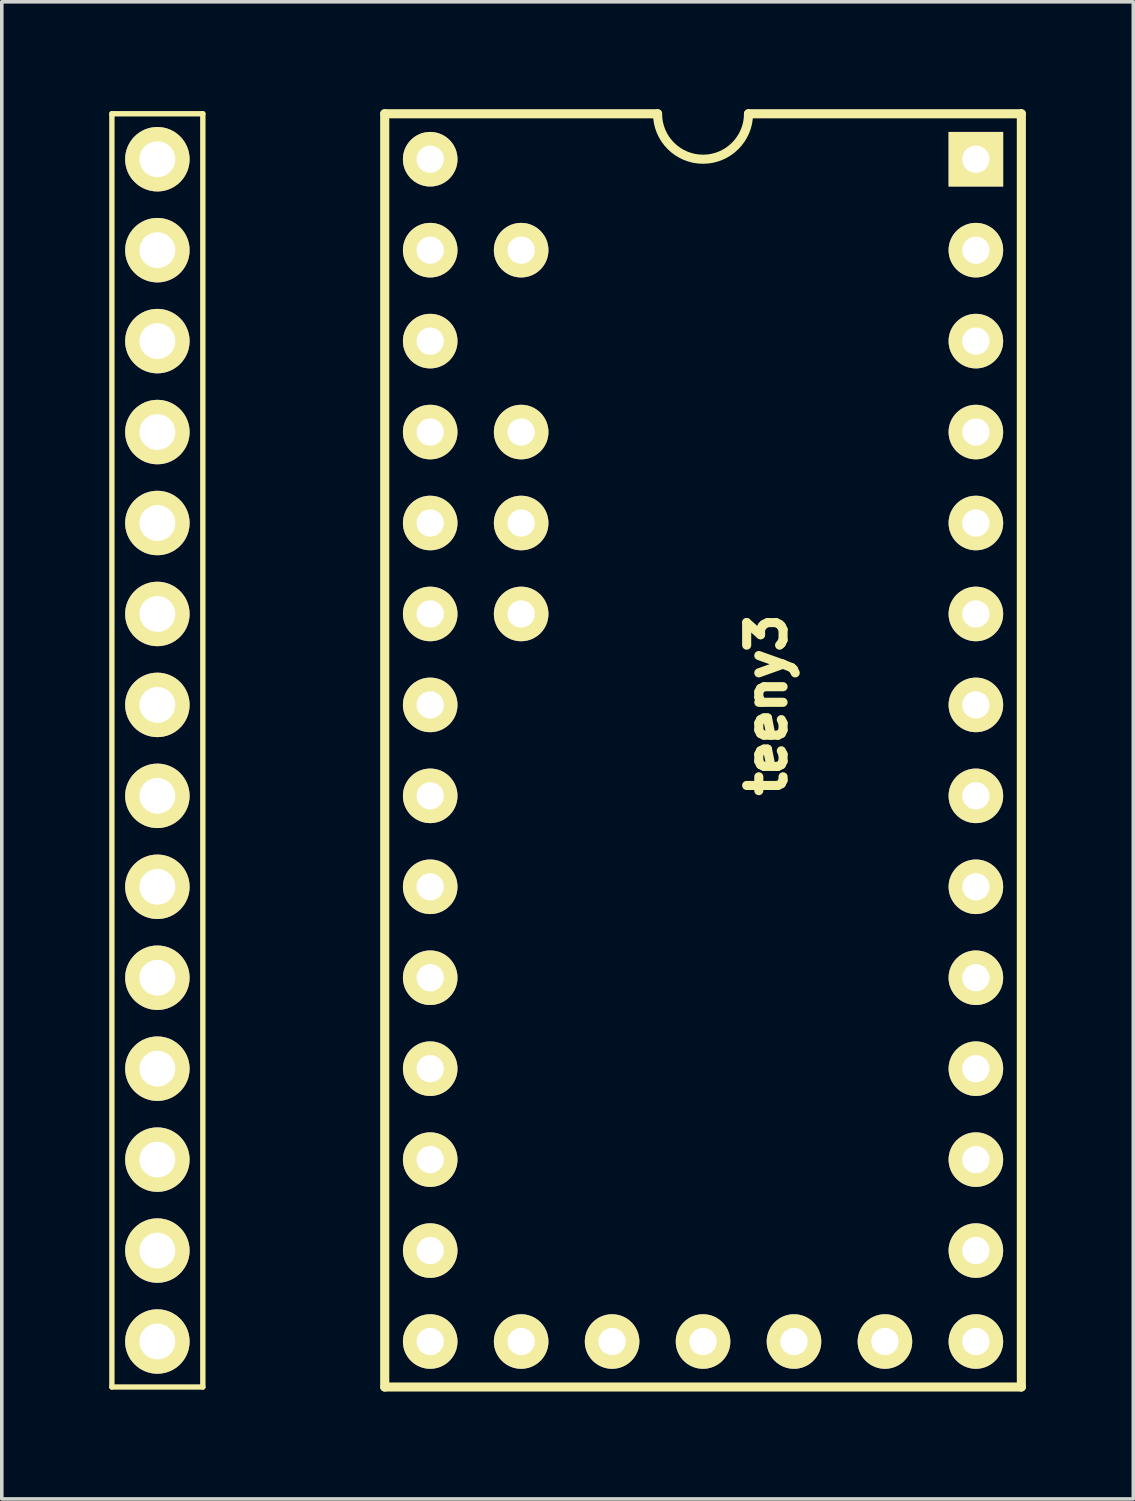
<source format=kicad_pcb>
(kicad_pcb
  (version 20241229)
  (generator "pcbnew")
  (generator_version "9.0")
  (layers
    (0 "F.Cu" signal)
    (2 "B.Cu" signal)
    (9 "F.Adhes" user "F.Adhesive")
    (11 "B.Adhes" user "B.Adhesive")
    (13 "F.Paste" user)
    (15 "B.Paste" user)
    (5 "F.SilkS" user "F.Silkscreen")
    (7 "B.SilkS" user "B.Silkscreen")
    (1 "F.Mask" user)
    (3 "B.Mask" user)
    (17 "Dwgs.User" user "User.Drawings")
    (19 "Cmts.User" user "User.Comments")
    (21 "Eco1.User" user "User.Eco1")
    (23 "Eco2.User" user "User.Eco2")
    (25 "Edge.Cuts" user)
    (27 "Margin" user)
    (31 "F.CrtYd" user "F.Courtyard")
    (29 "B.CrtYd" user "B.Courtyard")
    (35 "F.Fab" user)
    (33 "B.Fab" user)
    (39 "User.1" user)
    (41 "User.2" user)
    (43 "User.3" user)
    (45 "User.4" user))
  (footprint "teeny3"
    (layer "F.Cu")
    (at 10.235 15.367)
    (property "Reference" "teeny3" (at 8.128 1.27 90) (layer "F.SilkS") (effects (font (size 1.016 1.016) (thickness 0.254))))
    (attr through_hole)
    (fp_line (start -10.16 -15.24) (end -7.62 -15.24) (stroke (width 0.15) (type solid)) (layer "F.SilkS"))
    (fp_line (start -10.16 20.32) (end -10.16 -15.24) (stroke (width 0.15) (type solid)) (layer "F.SilkS"))
    (fp_line (start -7.62 -15.24) (end -7.62 20.32) (stroke (width 0.15) (type solid)) (layer "F.SilkS"))
    (fp_line (start -7.62 20.32) (end -10.16 20.32) (stroke (width 0.15) (type solid)) (layer "F.SilkS"))
    (fp_line (start -2.54 20.32) (end -2.54 -15.24) (stroke (width 0.254) (type solid)) (layer "F.SilkS"))
    (fp_line (start 5.08 -15.24) (end -2.54 -15.24) (stroke (width 0.254) (type solid)) (layer "F.SilkS"))
    (fp_line (start 15.24 -15.24) (end 7.62 -15.24) (stroke (width 0.254) (type solid)) (layer "F.SilkS"))
    (fp_line (start 15.24 -15.24) (end 15.24 20.32) (stroke (width 0.254) (type solid)) (layer "F.SilkS"))
    (fp_line (start 15.24 20.32) (end -2.54 20.32) (stroke (width 0.254) (type solid)) (layer "F.SilkS"))
    (fp_arc (start 7.62 -15.24) (mid 6.35 -13.97) (end 5.08 -15.24) (stroke (width 0.254) (type solid)) (layer "F.SilkS"))
    (pad "1" thru_hole rect (at 13.97 -13.97 180) (size 1.524 1.524) (drill 0.762) (layers "*.Cu" "*.Mask" "F.SilkS"))
    (pad "2" thru_hole circle (at 13.97 -11.43 180) (size 1.524 1.524) (drill 0.762) (layers "*.Cu" "*.Mask" "F.SilkS"))
    (pad "3" thru_hole circle (at 13.97 -8.89 180) (size 1.524 1.524) (drill 0.762) (layers "*.Cu" "*.Mask" "F.SilkS"))
    (pad "4" thru_hole circle (at 13.97 -6.35 180) (size 1.524 1.524) (drill 0.762) (layers "*.Cu" "*.Mask" "F.SilkS"))
    (pad "5" thru_hole circle (at 13.97 -3.81 180) (size 1.524 1.524) (drill 0.762) (layers "*.Cu" "*.Mask" "F.SilkS"))
    (pad "6" thru_hole circle (at 13.97 -1.27 180) (size 1.524 1.524) (drill 0.762) (layers "*.Cu" "*.Mask" "F.SilkS"))
    (pad "7" thru_hole circle (at 13.97 1.27 180) (size 1.524 1.524) (drill 0.762) (layers "*.Cu" "*.Mask" "F.SilkS"))
    (pad "8" thru_hole circle (at 13.97 3.81 180) (size 1.524 1.524) (drill 0.762) (layers "*.Cu" "*.Mask" "F.SilkS"))
    (pad "9" thru_hole circle (at 13.97 6.35 180) (size 1.524 1.524) (drill 0.762) (layers "*.Cu" "*.Mask" "F.SilkS"))
    (pad "10" thru_hole circle (at 13.97 8.89 180) (size 1.524 1.524) (drill 0.762) (layers "*.Cu" "*.Mask" "F.SilkS"))
    (pad "11" thru_hole circle (at 13.97 11.43 180) (size 1.524 1.524) (drill 0.762) (layers "*.Cu" "*.Mask" "F.SilkS"))
    (pad "12" thru_hole circle (at 13.97 13.97 180) (size 1.524 1.524) (drill 0.762) (layers "*.Cu" "*.Mask" "F.SilkS"))
    (pad "13" thru_hole circle (at 13.97 16.51 180) (size 1.524 1.524) (drill 0.762) (layers "*.Cu" "*.Mask" "F.SilkS"))
    (pad "14" thru_hole circle (at 13.97 19.05 180) (size 1.524 1.524) (drill 0.762) (layers "*.Cu" "*.Mask" "F.SilkS"))
    (pad "15" thru_hole circle (at 11.43 19.05 180) (size 1.524 1.524) (drill 0.762) (layers "*.Cu" "*.Mask" "F.SilkS"))
    (pad "16" thru_hole circle (at 8.89 19.05 180) (size 1.524 1.524) (drill 0.762) (layers "*.Cu" "F.Mask" "F.SilkS"))
    (pad "17" thru_hole circle (at 6.35 19.05 180) (size 1.524 1.524) (drill 0.762) (layers "*.Cu" "*.Mask" "F.SilkS"))
    (pad "18" thru_hole circle (at 3.81 19.05 180) (size 1.524 1.524) (drill 0.762) (layers "*.Cu" "*.Mask" "F.SilkS"))
    (pad "19" thru_hole circle (at 1.27 19.05 180) (size 1.524 1.524) (drill 0.762) (layers "*.Cu" "*.Mask" "F.SilkS"))
    (pad "20" thru_hole circle (at -1.27 19.05 180) (size 1.524 1.524) (drill 0.762) (layers "*.Cu" "*.Mask" "F.SilkS"))
    (pad "21" thru_hole circle (at -1.27 16.51 180) (size 1.524 1.524) (drill 0.762) (layers "*.Cu" "*.Mask" "F.SilkS"))
    (pad "22" thru_hole circle (at -1.27 13.97 180) (size 1.524 1.524) (drill 0.762) (layers "*.Cu" "*.Mask" "F.SilkS"))
    (pad "23" thru_hole circle (at -1.27 11.43 180) (size 1.524 1.524) (drill 0.762) (layers "*.Cu" "*.Mask" "F.SilkS"))
    (pad "24" thru_hole circle (at -1.27 8.89 180) (size 1.524 1.524) (drill 0.762) (layers "*.Cu" "*.Mask" "F.SilkS"))
    (pad "25" thru_hole circle (at -1.27 6.35 180) (size 1.524 1.524) (drill 0.762) (layers "*.Cu" "*.Mask" "F.SilkS"))
    (pad "26" thru_hole circle (at -1.27 3.81 180) (size 1.524 1.524) (drill 0.762) (layers "*.Cu" "*.Mask" "F.SilkS"))
    (pad "27" thru_hole circle (at -1.27 1.27 180) (size 1.524 1.524) (drill 0.762) (layers "*.Cu" "*.Mask" "F.SilkS"))
    (pad "28" thru_hole circle (at -1.27 -1.27 180) (size 1.524 1.524) (drill 0.762) (layers "*.Cu" "*.Mask" "F.SilkS"))
    (pad "29" thru_hole circle (at -1.27 -3.81 180) (size 1.524 1.524) (drill 0.762) (layers "*.Cu" "*.Mask" "F.SilkS"))
    (pad "30" thru_hole circle (at -1.27 -6.35 180) (size 1.524 1.524) (drill 0.762) (layers "*.Cu" "*.Mask" "F.SilkS"))
    (pad "31" thru_hole circle (at -1.27 -8.89 180) (size 1.524 1.524) (drill 0.762) (layers "*.Cu" "*.Mask" "F.SilkS"))
    (pad "32" thru_hole circle (at -1.27 -11.43 180) (size 1.524 1.524) (drill 0.762) (layers "*.Cu" "*.Mask" "F.SilkS"))
    (pad "33" thru_hole circle (at -1.27 -13.97 180) (size 1.524 1.524) (drill 0.762) (layers "*.Cu" "*.Mask" "F.SilkS"))
    (pad "34" thru_hole circle (at -8.89 -13.97) (size 1.8 1.8) (drill 1) (layers "*.Cu" "*.Mask" "F.SilkS"))
    (pad "35" thru_hole circle (at -8.89 -11.43) (size 1.8 1.8) (drill 1) (layers "*.Cu" "*.Mask" "F.SilkS"))
    (pad "36" thru_hole circle (at -8.89 -8.89) (size 1.8 1.8) (drill 1) (layers "*.Cu" "*.Mask" "F.SilkS"))
    (pad "37" thru_hole circle (at -8.89 -6.35) (size 1.8 1.8) (drill 1) (layers "*.Cu" "*.Mask" "F.SilkS"))
    (pad "38" thru_hole circle (at -8.89 -3.81) (size 1.8 1.8) (drill 1) (layers "*.Cu" "*.Mask" "F.SilkS"))
    (pad "39" thru_hole circle (at -8.89 -1.27) (size 1.8 1.8) (drill 1) (layers "*.Cu" "*.Mask" "F.SilkS"))
    (pad "40" thru_hole circle (at -8.89 1.27) (size 1.8 1.8) (drill 1) (layers "*.Cu" "*.Mask" "F.SilkS"))
    (pad "41" thru_hole circle (at -8.89 3.81) (size 1.8 1.8) (drill 1) (layers "*.Cu" "*.Mask" "F.SilkS"))
    (pad "42" thru_hole circle (at -8.89 6.35) (size 1.8 1.8) (drill 1) (layers "*.Cu" "*.Mask" "F.SilkS"))
    (pad "43" thru_hole circle (at -8.89 8.89) (size 1.8 1.8) (drill 1) (layers "*.Cu" "*.Mask" "F.SilkS"))
    (pad "44" thru_hole circle (at -8.89 11.43) (size 1.8 1.8) (drill 1) (layers "*.Cu" "*.Mask" "F.SilkS"))
    (pad "45" thru_hole circle (at -8.89 13.97) (size 1.8 1.8) (drill 1) (layers "*.Cu" "*.Mask" "F.SilkS"))
    (pad "46" thru_hole circle (at -8.89 16.51) (size 1.8 1.8) (drill 1) (layers "*.Cu" "*.Mask" "F.SilkS"))
    (pad "47" thru_hole circle (at -8.89 19.05) (size 1.8 1.8) (drill 1) (layers "*.Cu" "*.Mask" "F.SilkS"))
    (pad "48" thru_hole circle (at 1.27 -1.27 180) (size 1.524 1.524) (drill 0.762) (layers "*.Cu" "*.Mask" "F.SilkS"))
    (pad "49" thru_hole circle (at 1.27 -3.81 180) (size 1.524 1.524) (drill 0.762) (layers "*.Cu" "*.Mask" "F.SilkS"))
    (pad "50" thru_hole circle (at 1.27 -6.35 180) (size 1.524 1.524) (drill 0.762) (layers "*.Cu" "*.Mask" "F.SilkS"))
    (pad "51" thru_hole circle (at 1.27 -11.43 180) (size 1.524 1.524) (drill 0.762) (layers "*.Cu" "*.Mask" "F.SilkS")))
  (gr_rect
    (start -3 -3)
    (end 28.602 38.814)
    (stroke (width 0.1) (type default))
    (fill no)
    (layer "Edge.Cuts")))
</source>
